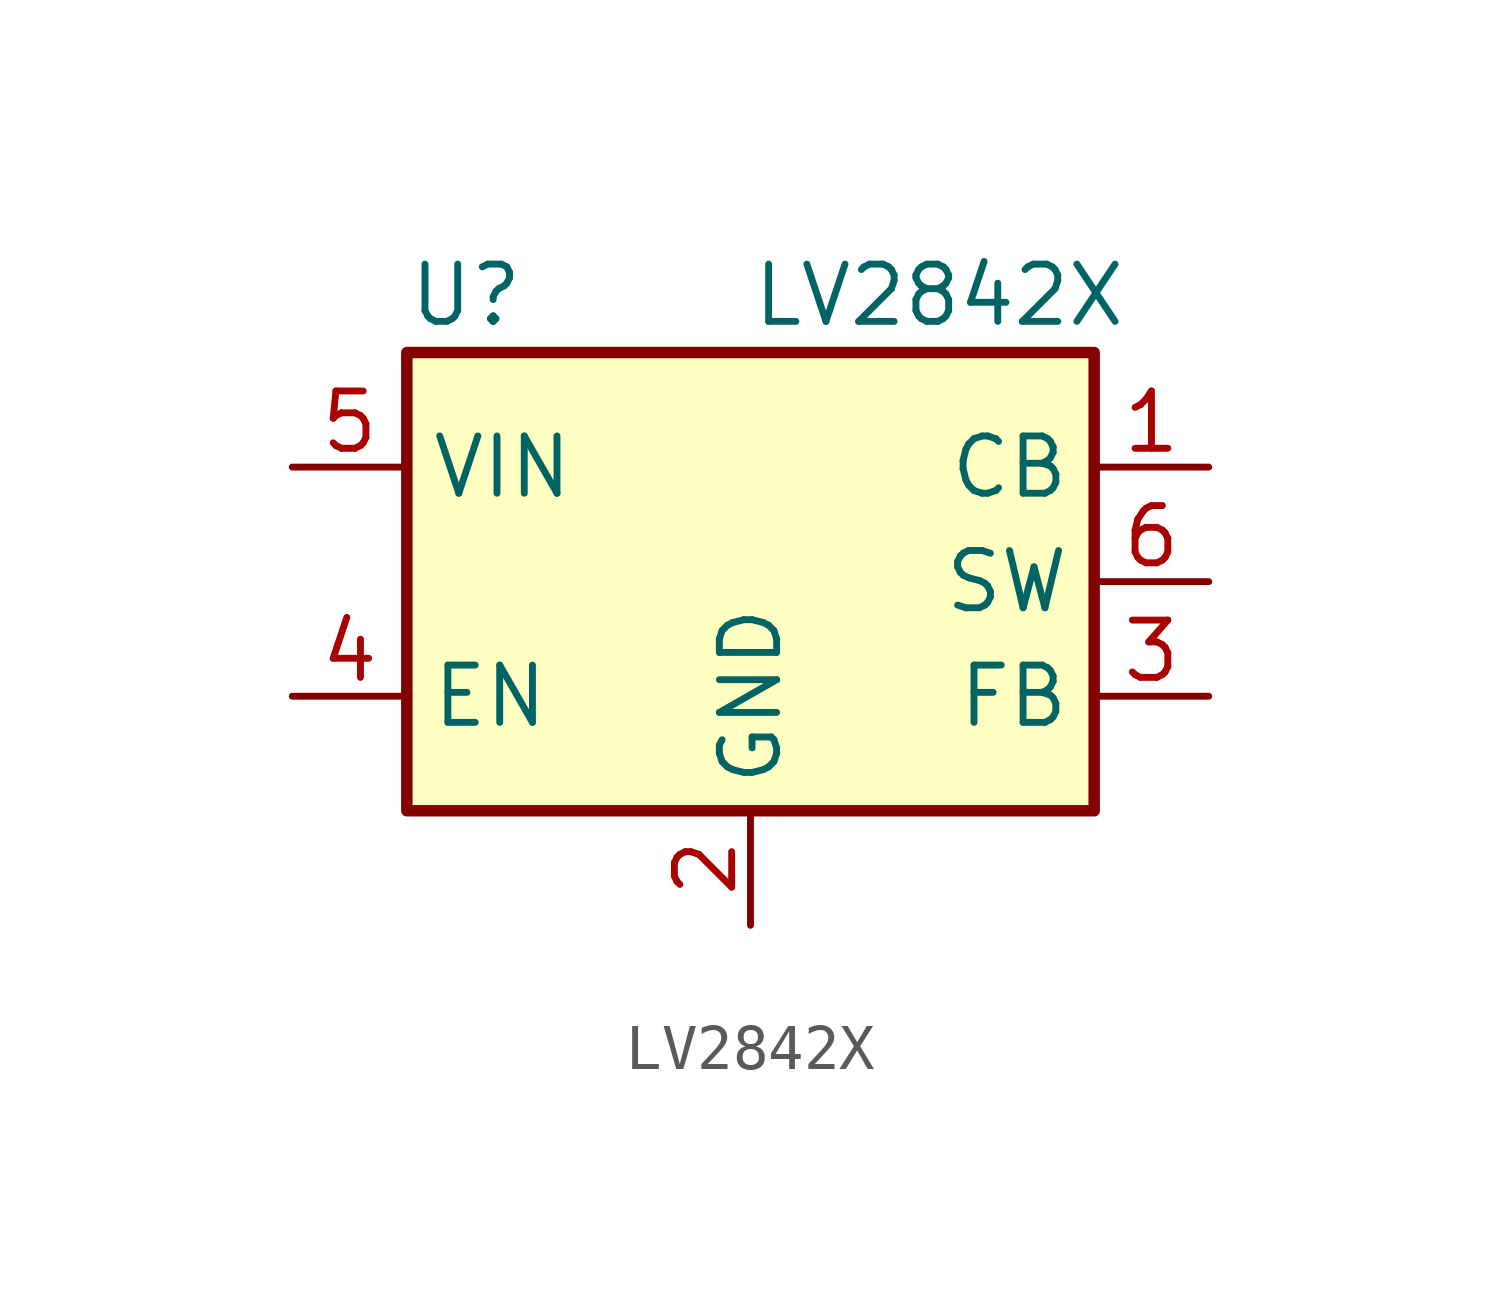
<source format=kicad_sym>
(kicad_symbol_lib
  (version 20211014)
  (generator kicad_symbol_editor)
  (symbol "LV2842X"
    (property "Reference" "U"
      (at -7.62 6.35 0)
      (effects (font (size 1.27 1.27)) (justify left)))
    (property "Value" "LV2842X"
      (at 0 6.35 0)
      (effects (font (size 1.27 1.27)) (justify left)))
    (symbol "LV2842X_0_1"
      (rectangle (start -7.62 5.08) (end 7.62 -5.08) (stroke (width 0.254) (type default) (color 0 0 0 0)) (fill (type background)))
      (pin output line (at 10.16 2.54 180) (length 2.54) (name "CB" (effects (font (size 1.27 1.27)))) (number "1" (effects (font (size 1.27 1.27))))))
    (symbol "LV2842X_1_1"
      (pin power_in line (at 0 -7.62 90) (length 2.54) (name "GND" (effects (font (size 1.27 1.27)))) (number "2" (effects (font (size 1.27 1.27)))))
      (pin input line (at 10.16 -2.54 180) (length 2.54) (name "FB" (effects (font (size 1.27 1.27)))) (number "3" (effects (font (size 1.27 1.27)))))
      (pin input line (at -10.16 -2.54 0) (length 2.54) (name "EN" (effects (font (size 1.27 1.27)))) (number "4" (effects (font (size 1.27 1.27)))))
      (pin power_in line (at -10.16 2.54 0) (length 2.54) (name "VIN" (effects (font (size 1.27 1.27)))) (number "5" (effects (font (size 1.27 1.27)))))
      (pin input line (at 10.16 0 180) (length 2.54) (name "SW" (effects (font (size 1.27 1.27)))) (number "6" (effects (font (size 1.27 1.27))))))))
</source>
